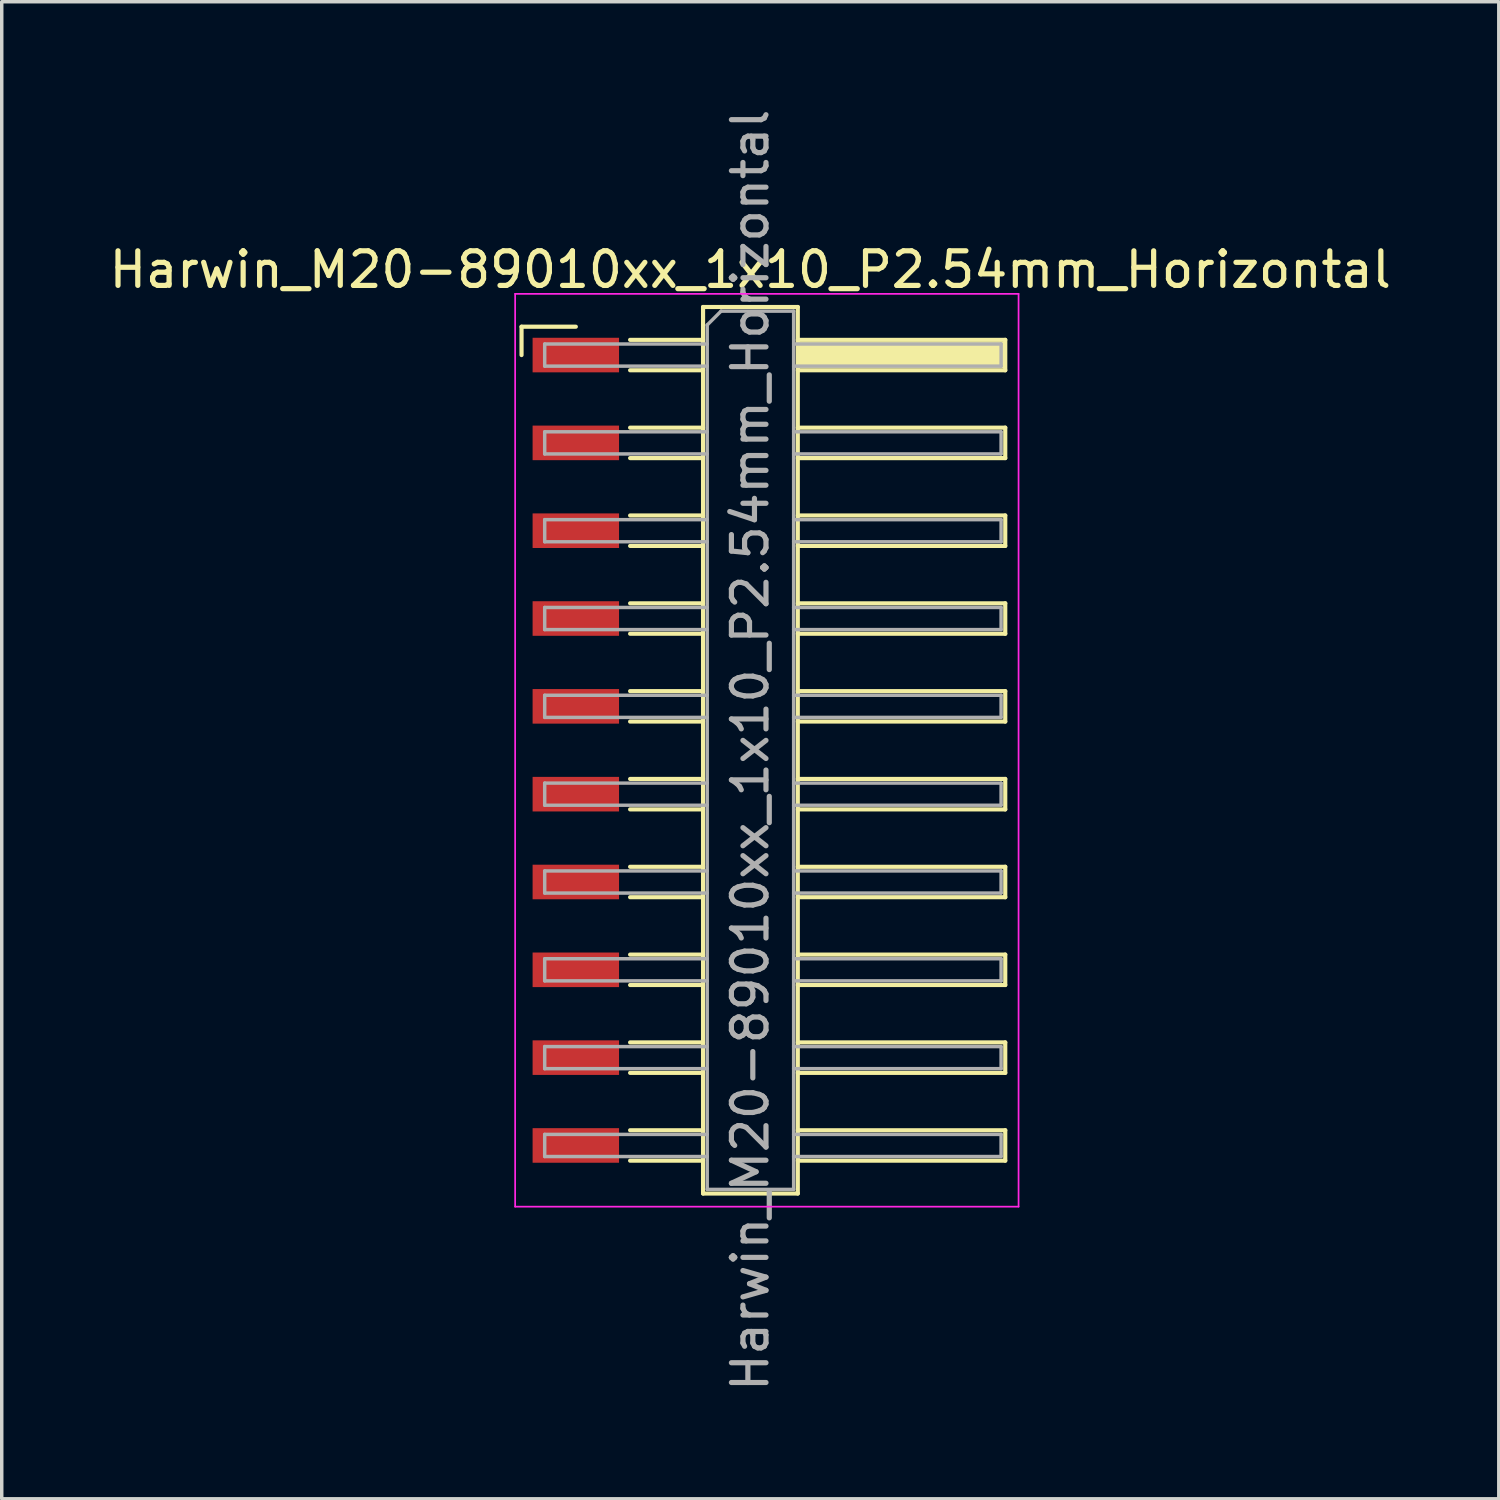
<source format=kicad_pcb>
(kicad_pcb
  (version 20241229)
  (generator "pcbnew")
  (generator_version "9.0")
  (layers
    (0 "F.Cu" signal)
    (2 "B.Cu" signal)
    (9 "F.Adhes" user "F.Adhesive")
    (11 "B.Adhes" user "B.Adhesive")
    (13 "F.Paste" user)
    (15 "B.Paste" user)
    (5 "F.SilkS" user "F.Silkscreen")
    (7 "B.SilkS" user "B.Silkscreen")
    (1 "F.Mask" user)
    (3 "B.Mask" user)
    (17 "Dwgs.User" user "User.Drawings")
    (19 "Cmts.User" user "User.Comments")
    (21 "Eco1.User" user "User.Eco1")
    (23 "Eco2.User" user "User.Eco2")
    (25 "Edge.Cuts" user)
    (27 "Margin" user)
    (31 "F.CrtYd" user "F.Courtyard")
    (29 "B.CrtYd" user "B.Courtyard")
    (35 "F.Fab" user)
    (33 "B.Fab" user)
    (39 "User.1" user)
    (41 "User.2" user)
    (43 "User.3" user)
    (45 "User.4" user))
  (footprint "Harwin_M20-89010xx_1x10_P2.54mm_Horizontal"
    (layer "F.Cu")
    (at 19.129 18.649)
    (property "Reference" "Harwin_M20-89010xx_1x10_P2.54mm_Horizontal" (at -0.48 -13.9 0) (layer "F.SilkS") (effects (font (size 1 1) (thickness 0.15))))
    (attr smd)
    (fp_line (start -7.095 -12.25) (end -5.525 -12.25) (stroke (width 0.12) (type solid)) (layer "F.SilkS"))
    (fp_line (start -7.095 -11.43) (end -7.095 -12.25) (stroke (width 0.12) (type solid)) (layer "F.SilkS"))
    (fp_line (start -3.955 -11.87) (end -1.845 -11.87) (stroke (width 0.12) (type solid)) (layer "F.SilkS"))
    (fp_line (start -3.955 -10.99) (end -1.845 -10.99) (stroke (width 0.12) (type solid)) (layer "F.SilkS"))
    (fp_line (start -3.955 -9.33) (end -1.845 -9.33) (stroke (width 0.12) (type solid)) (layer "F.SilkS"))
    (fp_line (start -3.955 -8.45) (end -1.845 -8.45) (stroke (width 0.12) (type solid)) (layer "F.SilkS"))
    (fp_line (start -3.955 -6.79) (end -1.845 -6.79) (stroke (width 0.12) (type solid)) (layer "F.SilkS"))
    (fp_line (start -3.955 -5.91) (end -1.845 -5.91) (stroke (width 0.12) (type solid)) (layer "F.SilkS"))
    (fp_line (start -3.955 -4.25) (end -1.845 -4.25) (stroke (width 0.12) (type solid)) (layer "F.SilkS"))
    (fp_line (start -3.955 -3.37) (end -1.845 -3.37) (stroke (width 0.12) (type solid)) (layer "F.SilkS"))
    (fp_line (start -3.955 -1.71) (end -1.845 -1.71) (stroke (width 0.12) (type solid)) (layer "F.SilkS"))
    (fp_line (start -3.955 -0.83) (end -1.845 -0.83) (stroke (width 0.12) (type solid)) (layer "F.SilkS"))
    (fp_line (start -3.955 0.83) (end -1.845 0.83) (stroke (width 0.12) (type solid)) (layer "F.SilkS"))
    (fp_line (start -3.955 1.71) (end -1.845 1.71) (stroke (width 0.12) (type solid)) (layer "F.SilkS"))
    (fp_line (start -3.955 3.37) (end -1.845 3.37) (stroke (width 0.12) (type solid)) (layer "F.SilkS"))
    (fp_line (start -3.955 4.25) (end -1.845 4.25) (stroke (width 0.12) (type solid)) (layer "F.SilkS"))
    (fp_line (start -3.955 5.91) (end -1.845 5.91) (stroke (width 0.12) (type solid)) (layer "F.SilkS"))
    (fp_line (start -3.955 6.79) (end -1.845 6.79) (stroke (width 0.12) (type solid)) (layer "F.SilkS"))
    (fp_line (start -3.955 8.45) (end -1.845 8.45) (stroke (width 0.12) (type solid)) (layer "F.SilkS"))
    (fp_line (start -3.955 9.33) (end -1.845 9.33) (stroke (width 0.12) (type solid)) (layer "F.SilkS"))
    (fp_line (start -3.955 10.99) (end -1.845 10.99) (stroke (width 0.12) (type solid)) (layer "F.SilkS"))
    (fp_line (start -3.955 11.87) (end -1.845 11.87) (stroke (width 0.12) (type solid)) (layer "F.SilkS"))
    (fp_line (start -1.845 -12.82) (end 0.895 -12.82) (stroke (width 0.12) (type solid)) (layer "F.SilkS"))
    (fp_line (start -1.845 12.82) (end -1.845 -12.82) (stroke (width 0.12) (type solid)) (layer "F.SilkS"))
    (fp_line (start 0.895 -12.82) (end 0.895 12.82) (stroke (width 0.12) (type solid)) (layer "F.SilkS"))
    (fp_line (start 0.895 -11.87) (end 6.895 -11.87) (stroke (width 0.12) (type solid)) (layer "F.SilkS"))
    (fp_line (start 0.895 -9.33) (end 6.895 -9.33) (stroke (width 0.12) (type solid)) (layer "F.SilkS"))
    (fp_line (start 0.895 -6.79) (end 6.895 -6.79) (stroke (width 0.12) (type solid)) (layer "F.SilkS"))
    (fp_line (start 0.895 -4.25) (end 6.895 -4.25) (stroke (width 0.12) (type solid)) (layer "F.SilkS"))
    (fp_line (start 0.895 -1.71) (end 6.895 -1.71) (stroke (width 0.12) (type solid)) (layer "F.SilkS"))
    (fp_line (start 0.895 0.83) (end 6.895 0.83) (stroke (width 0.12) (type solid)) (layer "F.SilkS"))
    (fp_line (start 0.895 3.37) (end 6.895 3.37) (stroke (width 0.12) (type solid)) (layer "F.SilkS"))
    (fp_line (start 0.895 5.91) (end 6.895 5.91) (stroke (width 0.12) (type solid)) (layer "F.SilkS"))
    (fp_line (start 0.895 8.45) (end 6.895 8.45) (stroke (width 0.12) (type solid)) (layer "F.SilkS"))
    (fp_line (start 0.895 10.99) (end 6.895 10.99) (stroke (width 0.12) (type solid)) (layer "F.SilkS"))
    (fp_line (start 0.895 12.82) (end -1.845 12.82) (stroke (width 0.12) (type solid)) (layer "F.SilkS"))
    (fp_line (start 6.895 -11.87) (end 6.895 -10.99) (stroke (width 0.12) (type solid)) (layer "F.SilkS"))
    (fp_line (start 6.895 -10.99) (end 0.895 -10.99) (stroke (width 0.12) (type solid)) (layer "F.SilkS"))
    (fp_line (start 6.895 -9.33) (end 6.895 -8.45) (stroke (width 0.12) (type solid)) (layer "F.SilkS"))
    (fp_line (start 6.895 -8.45) (end 0.895 -8.45) (stroke (width 0.12) (type solid)) (layer "F.SilkS"))
    (fp_line (start 6.895 -6.79) (end 6.895 -5.91) (stroke (width 0.12) (type solid)) (layer "F.SilkS"))
    (fp_line (start 6.895 -5.91) (end 0.895 -5.91) (stroke (width 0.12) (type solid)) (layer "F.SilkS"))
    (fp_line (start 6.895 -4.25) (end 6.895 -3.37) (stroke (width 0.12) (type solid)) (layer "F.SilkS"))
    (fp_line (start 6.895 -3.37) (end 0.895 -3.37) (stroke (width 0.12) (type solid)) (layer "F.SilkS"))
    (fp_line (start 6.895 -1.71) (end 6.895 -0.83) (stroke (width 0.12) (type solid)) (layer "F.SilkS"))
    (fp_line (start 6.895 -0.83) (end 0.895 -0.83) (stroke (width 0.12) (type solid)) (layer "F.SilkS"))
    (fp_line (start 6.895 0.83) (end 6.895 1.71) (stroke (width 0.12) (type solid)) (layer "F.SilkS"))
    (fp_line (start 6.895 1.71) (end 0.895 1.71) (stroke (width 0.12) (type solid)) (layer "F.SilkS"))
    (fp_line (start 6.895 3.37) (end 6.895 4.25) (stroke (width 0.12) (type solid)) (layer "F.SilkS"))
    (fp_line (start 6.895 4.25) (end 0.895 4.25) (stroke (width 0.12) (type solid)) (layer "F.SilkS"))
    (fp_line (start 6.895 5.91) (end 6.895 6.79) (stroke (width 0.12) (type solid)) (layer "F.SilkS"))
    (fp_line (start 6.895 6.79) (end 0.895 6.79) (stroke (width 0.12) (type solid)) (layer "F.SilkS"))
    (fp_line (start 6.895 8.45) (end 6.895 9.33) (stroke (width 0.12) (type solid)) (layer "F.SilkS"))
    (fp_line (start 6.895 9.33) (end 0.895 9.33) (stroke (width 0.12) (type solid)) (layer "F.SilkS"))
    (fp_line (start 6.895 10.99) (end 6.895 11.87) (stroke (width 0.12) (type solid)) (layer "F.SilkS"))
    (fp_line (start 6.895 11.87) (end 0.895 11.87) (stroke (width 0.12) (type solid)) (layer "F.SilkS"))
    (fp_line (start -7.28 -13.2) (end 7.28 -13.2) (stroke (width 0.05) (type solid)) (layer "F.CrtYd"))
    (fp_line (start -7.28 13.2) (end -7.28 -13.2) (stroke (width 0.05) (type solid)) (layer "F.CrtYd"))
    (fp_line (start 7.28 -13.2) (end 7.28 13.2) (stroke (width 0.05) (type solid)) (layer "F.CrtYd"))
    (fp_line (start 7.28 13.2) (end -7.28 13.2) (stroke (width 0.05) (type solid)) (layer "F.CrtYd"))
    (fp_line (start -6.425 -11.75) (end -6.425 -11.11) (stroke (width 0.1) (type solid)) (layer "F.Fab"))
    (fp_line (start -6.425 -11.11) (end -1.725 -11.11) (stroke (width 0.1) (type solid)) (layer "F.Fab"))
    (fp_line (start -6.425 -9.21) (end -6.425 -8.57) (stroke (width 0.1) (type solid)) (layer "F.Fab"))
    (fp_line (start -6.425 -8.57) (end -1.725 -8.57) (stroke (width 0.1) (type solid)) (layer "F.Fab"))
    (fp_line (start -6.425 -6.67) (end -6.425 -6.03) (stroke (width 0.1) (type solid)) (layer "F.Fab"))
    (fp_line (start -6.425 -6.03) (end -1.725 -6.03) (stroke (width 0.1) (type solid)) (layer "F.Fab"))
    (fp_line (start -6.425 -4.13) (end -6.425 -3.49) (stroke (width 0.1) (type solid)) (layer "F.Fab"))
    (fp_line (start -6.425 -3.49) (end -1.725 -3.49) (stroke (width 0.1) (type solid)) (layer "F.Fab"))
    (fp_line (start -6.425 -1.59) (end -6.425 -0.95) (stroke (width 0.1) (type solid)) (layer "F.Fab"))
    (fp_line (start -6.425 -0.95) (end -1.725 -0.95) (stroke (width 0.1) (type solid)) (layer "F.Fab"))
    (fp_line (start -6.425 0.95) (end -6.425 1.59) (stroke (width 0.1) (type solid)) (layer "F.Fab"))
    (fp_line (start -6.425 1.59) (end -1.725 1.59) (stroke (width 0.1) (type solid)) (layer "F.Fab"))
    (fp_line (start -6.425 3.49) (end -6.425 4.13) (stroke (width 0.1) (type solid)) (layer "F.Fab"))
    (fp_line (start -6.425 4.13) (end -1.725 4.13) (stroke (width 0.1) (type solid)) (layer "F.Fab"))
    (fp_line (start -6.425 6.03) (end -6.425 6.67) (stroke (width 0.1) (type solid)) (layer "F.Fab"))
    (fp_line (start -6.425 6.67) (end -1.725 6.67) (stroke (width 0.1) (type solid)) (layer "F.Fab"))
    (fp_line (start -6.425 8.57) (end -6.425 9.21) (stroke (width 0.1) (type solid)) (layer "F.Fab"))
    (fp_line (start -6.425 9.21) (end -1.725 9.21) (stroke (width 0.1) (type solid)) (layer "F.Fab"))
    (fp_line (start -6.425 11.11) (end -6.425 11.75) (stroke (width 0.1) (type solid)) (layer "F.Fab"))
    (fp_line (start -6.425 11.75) (end -1.725 11.75) (stroke (width 0.1) (type solid)) (layer "F.Fab"))
    (fp_line (start -1.725 -12.3) (end -1.325 -12.7) (stroke (width 0.1) (type solid)) (layer "F.Fab"))
    (fp_line (start -1.725 -11.75) (end -6.425 -11.75) (stroke (width 0.1) (type solid)) (layer "F.Fab"))
    (fp_line (start -1.725 -9.21) (end -6.425 -9.21) (stroke (width 0.1) (type solid)) (layer "F.Fab"))
    (fp_line (start -1.725 -6.67) (end -6.425 -6.67) (stroke (width 0.1) (type solid)) (layer "F.Fab"))
    (fp_line (start -1.725 -4.13) (end -6.425 -4.13) (stroke (width 0.1) (type solid)) (layer "F.Fab"))
    (fp_line (start -1.725 -1.59) (end -6.425 -1.59) (stroke (width 0.1) (type solid)) (layer "F.Fab"))
    (fp_line (start -1.725 0.95) (end -6.425 0.95) (stroke (width 0.1) (type solid)) (layer "F.Fab"))
    (fp_line (start -1.725 3.49) (end -6.425 3.49) (stroke (width 0.1) (type solid)) (layer "F.Fab"))
    (fp_line (start -1.725 6.03) (end -6.425 6.03) (stroke (width 0.1) (type solid)) (layer "F.Fab"))
    (fp_line (start -1.725 8.57) (end -6.425 8.57) (stroke (width 0.1) (type solid)) (layer "F.Fab"))
    (fp_line (start -1.725 11.11) (end -6.425 11.11) (stroke (width 0.1) (type solid)) (layer "F.Fab"))
    (fp_line (start -1.725 12.7) (end -1.725 -12.3) (stroke (width 0.1) (type solid)) (layer "F.Fab"))
    (fp_line (start -1.325 -12.7) (end 0.775 -12.7) (stroke (width 0.1) (type solid)) (layer "F.Fab"))
    (fp_line (start 0.775 -12.7) (end 0.775 12.7) (stroke (width 0.1) (type solid)) (layer "F.Fab"))
    (fp_line (start 0.775 -11.75) (end 6.775 -11.75) (stroke (width 0.1) (type solid)) (layer "F.Fab"))
    (fp_line (start 0.775 -9.21) (end 6.775 -9.21) (stroke (width 0.1) (type solid)) (layer "F.Fab"))
    (fp_line (start 0.775 -6.67) (end 6.775 -6.67) (stroke (width 0.1) (type solid)) (layer "F.Fab"))
    (fp_line (start 0.775 -4.13) (end 6.775 -4.13) (stroke (width 0.1) (type solid)) (layer "F.Fab"))
    (fp_line (start 0.775 -1.59) (end 6.775 -1.59) (stroke (width 0.1) (type solid)) (layer "F.Fab"))
    (fp_line (start 0.775 0.95) (end 6.775 0.95) (stroke (width 0.1) (type solid)) (layer "F.Fab"))
    (fp_line (start 0.775 3.49) (end 6.775 3.49) (stroke (width 0.1) (type solid)) (layer "F.Fab"))
    (fp_line (start 0.775 6.03) (end 6.775 6.03) (stroke (width 0.1) (type solid)) (layer "F.Fab"))
    (fp_line (start 0.775 8.57) (end 6.775 8.57) (stroke (width 0.1) (type solid)) (layer "F.Fab"))
    (fp_line (start 0.775 11.11) (end 6.775 11.11) (stroke (width 0.1) (type solid)) (layer "F.Fab"))
    (fp_line (start 0.775 12.7) (end -1.725 12.7) (stroke (width 0.1) (type solid)) (layer "F.Fab"))
    (fp_line (start 6.775 -11.75) (end 6.775 -11.11) (stroke (width 0.1) (type solid)) (layer "F.Fab"))
    (fp_line (start 6.775 -11.11) (end 0.775 -11.11) (stroke (width 0.1) (type solid)) (layer "F.Fab"))
    (fp_line (start 6.775 -9.21) (end 6.775 -8.57) (stroke (width 0.1) (type solid)) (layer "F.Fab"))
    (fp_line (start 6.775 -8.57) (end 0.775 -8.57) (stroke (width 0.1) (type solid)) (layer "F.Fab"))
    (fp_line (start 6.775 -6.67) (end 6.775 -6.03) (stroke (width 0.1) (type solid)) (layer "F.Fab"))
    (fp_line (start 6.775 -6.03) (end 0.775 -6.03) (stroke (width 0.1) (type solid)) (layer "F.Fab"))
    (fp_line (start 6.775 -4.13) (end 6.775 -3.49) (stroke (width 0.1) (type solid)) (layer "F.Fab"))
    (fp_line (start 6.775 -3.49) (end 0.775 -3.49) (stroke (width 0.1) (type solid)) (layer "F.Fab"))
    (fp_line (start 6.775 -1.59) (end 6.775 -0.95) (stroke (width 0.1) (type solid)) (layer "F.Fab"))
    (fp_line (start 6.775 -0.95) (end 0.775 -0.95) (stroke (width 0.1) (type solid)) (layer "F.Fab"))
    (fp_line (start 6.775 0.95) (end 6.775 1.59) (stroke (width 0.1) (type solid)) (layer "F.Fab"))
    (fp_line (start 6.775 1.59) (end 0.775 1.59) (stroke (width 0.1) (type solid)) (layer "F.Fab"))
    (fp_line (start 6.775 3.49) (end 6.775 4.13) (stroke (width 0.1) (type solid)) (layer "F.Fab"))
    (fp_line (start 6.775 4.13) (end 0.775 4.13) (stroke (width 0.1) (type solid)) (layer "F.Fab"))
    (fp_line (start 6.775 6.03) (end 6.775 6.67) (stroke (width 0.1) (type solid)) (layer "F.Fab"))
    (fp_line (start 6.775 6.67) (end 0.775 6.67) (stroke (width 0.1) (type solid)) (layer "F.Fab"))
    (fp_line (start 6.775 8.57) (end 6.775 9.21) (stroke (width 0.1) (type solid)) (layer "F.Fab"))
    (fp_line (start 6.775 9.21) (end 0.775 9.21) (stroke (width 0.1) (type solid)) (layer "F.Fab"))
    (fp_line (start 6.775 11.11) (end 6.775 11.75) (stroke (width 0.1) (type solid)) (layer "F.Fab"))
    (fp_line (start 6.775 11.75) (end 0.775 11.75) (stroke (width 0.1) (type solid)) (layer "F.Fab"))
    (fp_text user "${REFERENCE}" (at -0.48 0 90) (layer "F.Fab") (effects (font (size 1 1) (thickness 0.15))))
    (pad "" smd rect (at 3.895 -11.43) (size 6 0.76) (layers "F.SilkS"))
    (pad "1" smd rect (at -5.525 -11.43) (size 2.5 1) (layers "F.Cu" "F.Mask" "F.Paste"))
    (pad "2" smd rect (at -5.525 -8.89) (size 2.5 1) (layers "F.Cu" "F.Mask" "F.Paste"))
    (pad "3" smd rect (at -5.525 -6.35) (size 2.5 1) (layers "F.Cu" "F.Mask" "F.Paste"))
    (pad "4" smd rect (at -5.525 -3.81) (size 2.5 1) (layers "F.Cu" "F.Mask" "F.Paste"))
    (pad "5" smd rect (at -5.525 -1.27) (size 2.5 1) (layers "F.Cu" "F.Mask" "F.Paste"))
    (pad "6" smd rect (at -5.525 1.27) (size 2.5 1) (layers "F.Cu" "F.Mask" "F.Paste"))
    (pad "7" smd rect (at -5.525 3.81) (size 2.5 1) (layers "F.Cu" "F.Mask" "F.Paste"))
    (pad "8" smd rect (at -5.525 6.35) (size 2.5 1) (layers "F.Cu" "F.Mask" "F.Paste"))
    (pad "9" smd rect (at -5.525 8.89) (size 2.5 1) (layers "F.Cu" "F.Mask" "F.Paste"))
    (pad "10" smd rect (at -5.525 11.43) (size 2.5 1) (layers "F.Cu" "F.Mask" "F.Paste")))
  (gr_rect
    (start -3 -3)
    (end 40.298 40.298)
    (stroke (width 0.1) (type default))
    (fill no)
    (layer "Edge.Cuts")))
</source>
